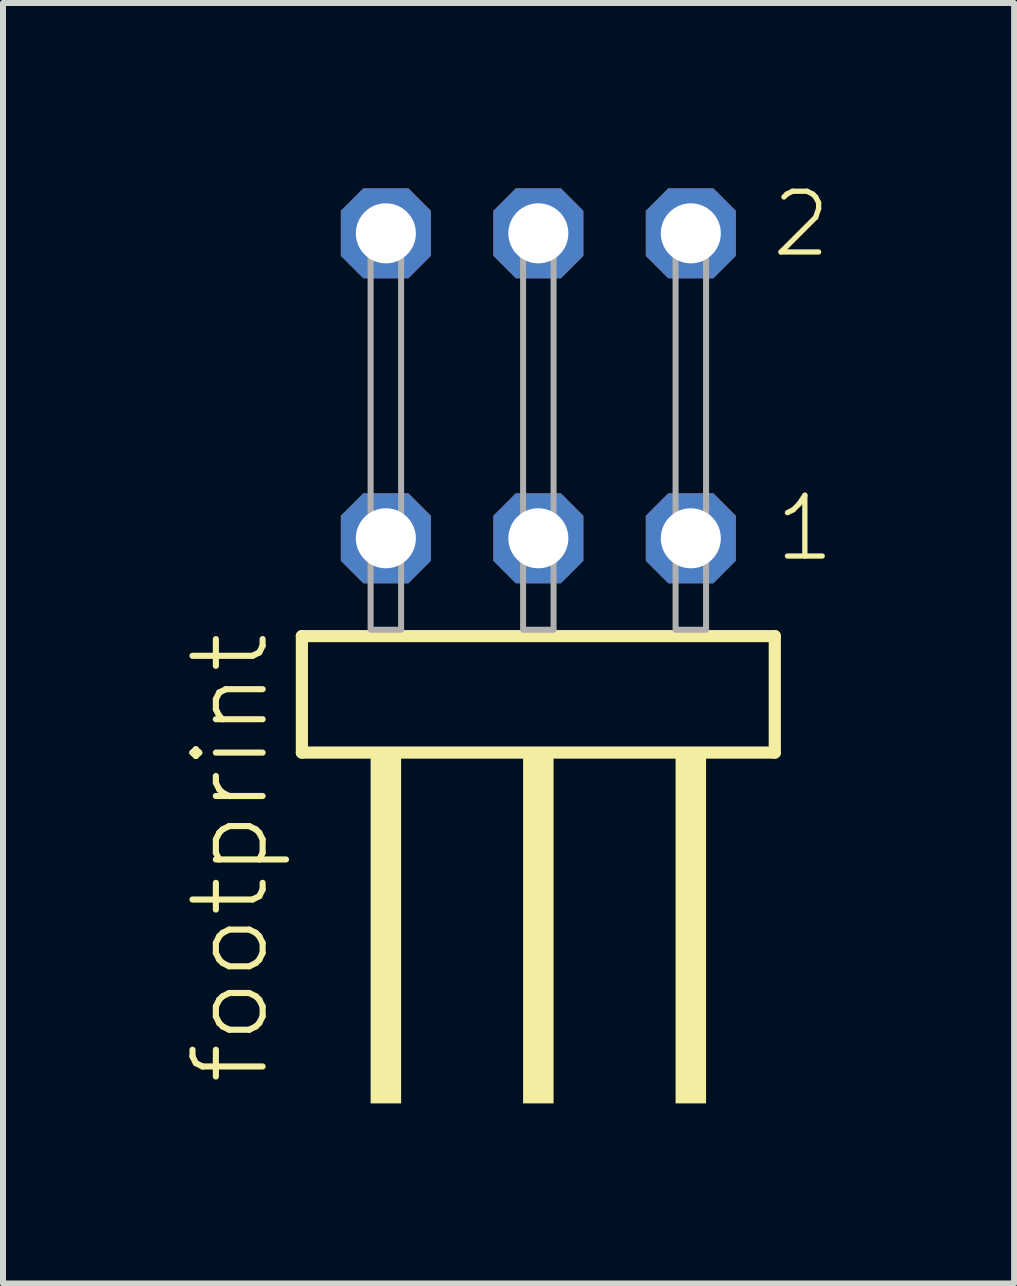
<source format=kicad_pcb>
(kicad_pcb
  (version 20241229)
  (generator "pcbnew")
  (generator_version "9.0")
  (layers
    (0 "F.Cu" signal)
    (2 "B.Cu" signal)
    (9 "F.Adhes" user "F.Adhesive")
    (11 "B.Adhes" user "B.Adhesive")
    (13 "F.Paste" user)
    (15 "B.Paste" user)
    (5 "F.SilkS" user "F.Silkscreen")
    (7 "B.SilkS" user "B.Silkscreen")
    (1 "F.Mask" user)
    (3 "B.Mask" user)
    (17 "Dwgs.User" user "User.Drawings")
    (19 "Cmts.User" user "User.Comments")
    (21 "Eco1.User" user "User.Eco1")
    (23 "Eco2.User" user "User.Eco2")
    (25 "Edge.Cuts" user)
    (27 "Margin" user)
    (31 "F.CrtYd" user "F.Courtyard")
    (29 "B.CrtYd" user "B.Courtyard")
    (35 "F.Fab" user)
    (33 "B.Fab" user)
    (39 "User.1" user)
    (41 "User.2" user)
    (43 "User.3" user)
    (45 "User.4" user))
  (footprint "footprint"
    (layer "F.Cu")
    (at 5.918 7.441)
    (property "Reference" "footprint" (at -4.445 7.62 90) (layer "F.SilkS") (effects (font (size 1.168 1.168) (thickness 0.102)) (justify left bottom)))
    (fp_line (start -3.939 0.106) (end -3.939 2.046) (stroke (width 0.203) (type solid)) (layer "F.SilkS"))
    (fp_line (start -3.939 2.046) (end 3.939 2.046) (stroke (width 0.203) (type solid)) (layer "F.SilkS"))
    (fp_line (start 3.939 0.106) (end -3.939 0.106) (stroke (width 0.203) (type solid)) (layer "F.SilkS"))
    (fp_line (start 3.939 2.046) (end 3.939 0.106) (stroke (width 0.203) (type solid)) (layer "F.SilkS"))
    (fp_poly (pts (xy -2.794 7.89) (xy -2.286 7.89) (xy -2.286 2.04) (xy -2.794 2.04)) (stroke (width 0) (type solid)) (fill yes) (layer "F.SilkS"))
    (fp_poly (pts (xy -0.254 7.89) (xy 0.254 7.89) (xy 0.254 2.04) (xy -0.254 2.04)) (stroke (width 0) (type solid)) (fill yes) (layer "F.SilkS"))
    (fp_poly (pts (xy 2.286 7.89) (xy 2.794 7.89) (xy 2.794 2.04) (xy 2.286 2.04)) (stroke (width 0) (type solid)) (fill yes) (layer "F.SilkS"))
    (fp_poly (pts (xy -2.794 0) (xy -2.286 0) (xy -2.286 -6.858) (xy -2.794 -6.858)) (stroke (width 0.1) (type solid)) (fill no) (layer "F.Fab"))
    (fp_poly (pts (xy -0.254 0) (xy 0.254 0) (xy 0.254 -6.858) (xy -0.254 -6.858)) (stroke (width 0.1) (type solid)) (fill no) (layer "F.Fab"))
    (fp_poly (pts (xy 2.286 0) (xy 2.794 0) (xy 2.794 -6.858) (xy 2.286 -6.858)) (stroke (width 0.1) (type solid)) (fill no) (layer "F.Fab"))
    (fp_text user "1" (at 3.9 -1.1 0) (layer "F.SilkS") (effects (font (size 1.012 1.012) (thickness 0.088)) (justify left bottom)))
    (fp_text user "2" (at 3.84 -6.165 0) (layer "F.SilkS") (effects (font (size 1.012 1.012) (thickness 0.088)) (justify left bottom)))
    (pad "1" thru_hole roundrect (at 2.54 -1.524 180) (size 1.5 1.5) (drill 1) (layers "*.Cu" "*.Mask") (roundrect_rratio 0.25) (chamfer_ratio 0.25) (chamfer top_left top_right bottom_left bottom_right))
    (pad "2" thru_hole roundrect (at 2.54 -6.604 180) (size 1.5 1.5) (drill 1) (layers "*.Cu" "*.Mask") (roundrect_rratio 0.25) (chamfer_ratio 0.25) (chamfer top_left top_right bottom_left bottom_right))
    (pad "3" thru_hole roundrect (at 0 -1.524 180) (size 1.5 1.5) (drill 1) (layers "*.Cu" "*.Mask") (roundrect_rratio 0.25) (chamfer_ratio 0.25) (chamfer top_left top_right bottom_left bottom_right))
    (pad "4" thru_hole roundrect (at 0 -6.604 180) (size 1.5 1.5) (drill 1) (layers "*.Cu" "*.Mask") (roundrect_rratio 0.25) (chamfer_ratio 0.25) (chamfer top_left top_right bottom_left bottom_right))
    (pad "5" thru_hole roundrect (at -2.54 -1.524 180) (size 1.5 1.5) (drill 1) (layers "*.Cu" "*.Mask") (roundrect_rratio 0.25) (chamfer_ratio 0.25) (chamfer top_left top_right bottom_left bottom_right))
    (pad "6" thru_hole roundrect (at -2.54 -6.604 180) (size 1.5 1.5) (drill 1) (layers "*.Cu" "*.Mask") (roundrect_rratio 0.25) (chamfer_ratio 0.25) (chamfer top_left top_right bottom_left bottom_right)))
  (gr_rect
    (start -3 -3)
    (end 13.844 18.331)
    (stroke (width 0.1) (type default))
    (fill no)
    (layer "Edge.Cuts")))
</source>
